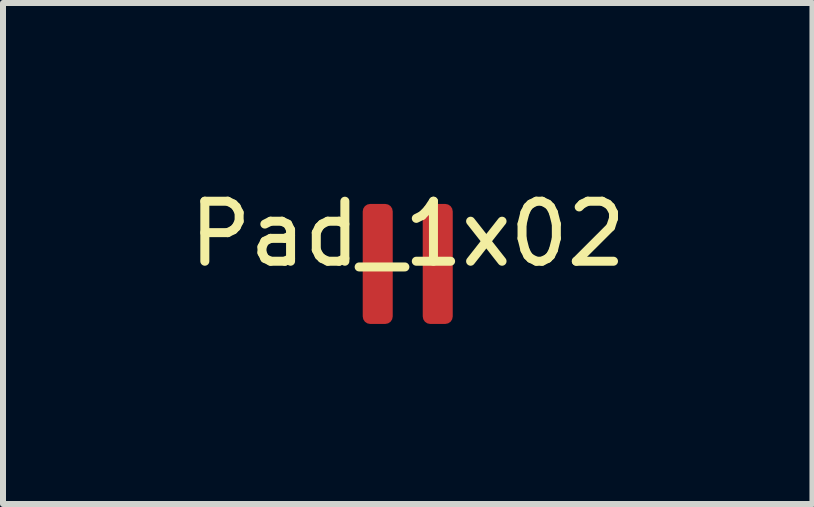
<source format=kicad_pcb>
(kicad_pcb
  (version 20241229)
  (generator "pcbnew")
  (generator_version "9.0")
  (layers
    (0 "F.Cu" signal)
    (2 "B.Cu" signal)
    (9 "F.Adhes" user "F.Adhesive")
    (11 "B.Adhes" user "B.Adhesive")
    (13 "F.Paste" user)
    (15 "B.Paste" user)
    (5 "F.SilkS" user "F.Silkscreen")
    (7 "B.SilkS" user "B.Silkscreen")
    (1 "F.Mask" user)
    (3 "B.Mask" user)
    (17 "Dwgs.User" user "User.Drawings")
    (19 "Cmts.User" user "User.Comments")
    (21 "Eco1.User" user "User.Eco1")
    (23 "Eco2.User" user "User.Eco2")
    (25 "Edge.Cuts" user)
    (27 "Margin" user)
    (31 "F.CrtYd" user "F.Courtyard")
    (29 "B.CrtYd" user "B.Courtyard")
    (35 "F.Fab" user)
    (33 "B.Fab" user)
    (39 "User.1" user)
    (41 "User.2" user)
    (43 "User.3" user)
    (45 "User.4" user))
  (footprint "Pad_1x02"
    (layer "F.Cu")
    (at 3.744 1.348)
    (property "Reference" "Pad_1x02" (at 0 -0.5 0) (unlocked yes) (layer "F.SilkS") (effects (font (size 1 1) (thickness 0.15))))
    (attr smd exclude_from_pos_files exclude_from_bom)
    (pad "1" smd roundrect (at -0.5 0) (size 0.5 2) (layers "F.Cu" "F.Mask" "F.Paste") (roundrect_rratio 0.25))
    (pad "2" smd roundrect (at 0.5 0) (size 0.5 2) (layers "F.Cu" "F.Mask" "F.Paste") (roundrect_rratio 0.25)))
  (gr_rect
    (start -3 -3)
    (end 10.488 5.348)
    (stroke (width 0.1) (type default))
    (fill no)
    (layer "Edge.Cuts")))
</source>
